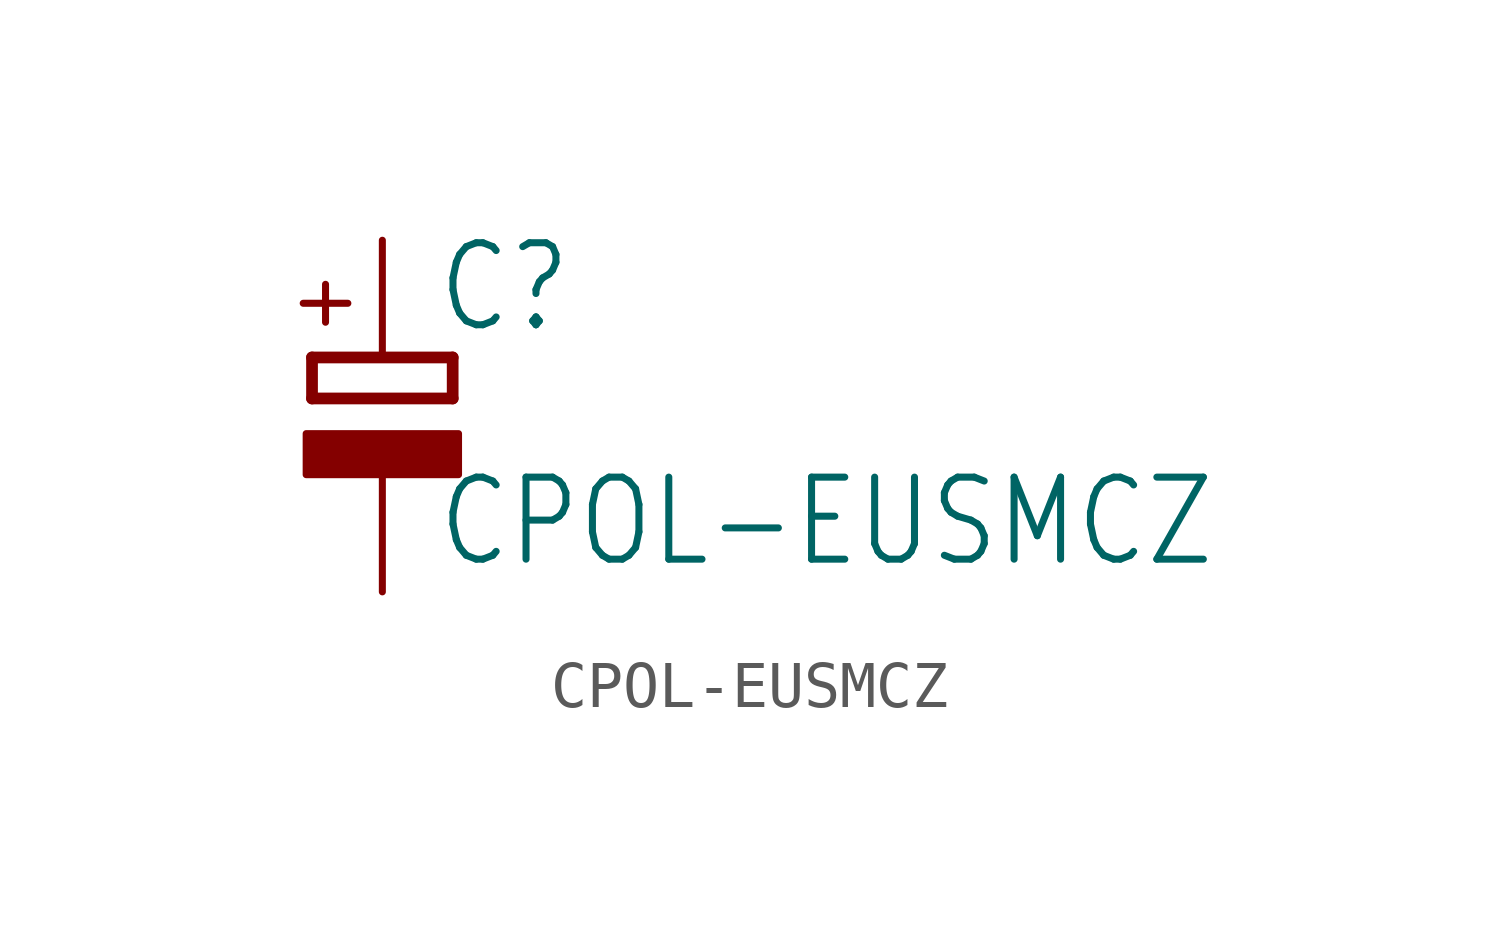
<source format=kicad_sym>
(kicad_symbol_lib
  (version 20220914)
  (generator kicad_symbol_editor)
  (symbol "CPOL-EUSMCZ"
    (property "Reference" "C"
      (at 1.143 0.483 0)
      (effects (font (size 1.778 1.511)) (justify left bottom)))
    (property "Value" "CPOL-EUSMCZ"
      (at 1.143 -4.597 0)
      (effects (font (size 1.778 1.511)) (justify left bottom)))
    (property "ki_locked" ""
      (at 0 0 0)
      (effects (font (size 1.27 1.27))))
    (symbol "CPOL-EUSMCZ_1_0"
      (rectangle (start -1.651 -2.54) (end 1.651 -1.651) (stroke (width 0) (type default)) (fill (type outline)))
      (polyline (pts (xy -1.524 -0.889) (xy 1.524 -0.889)) (stroke (width 0.254) (type default)) (fill (type none)))
      (polyline (pts (xy -1.524 0) (xy -1.524 -0.889)) (stroke (width 0.254) (type default)) (fill (type none)))
      (polyline (pts (xy -1.524 0) (xy 1.524 0)) (stroke (width 0.254) (type default)) (fill (type none)))
      (polyline (pts (xy 1.524 -0.889) (xy 1.524 0)) (stroke (width 0.254) (type default)) (fill (type none)))
      (text "+" (at -0.584 0.406 900) (effects (font (size 1.27 1.079)) (justify left bottom)))
      (pin passive line (at 0 2.54 270) (length 2.54) (name "+" (effects (font (size 0 0)))) (number "+" (effects (font (size 0 0)))))
      (pin passive line (at 0 -5.08 90) (length 2.54) (name "-" (effects (font (size 0 0)))) (number "-" (effects (font (size 0 0))))))))
</source>
